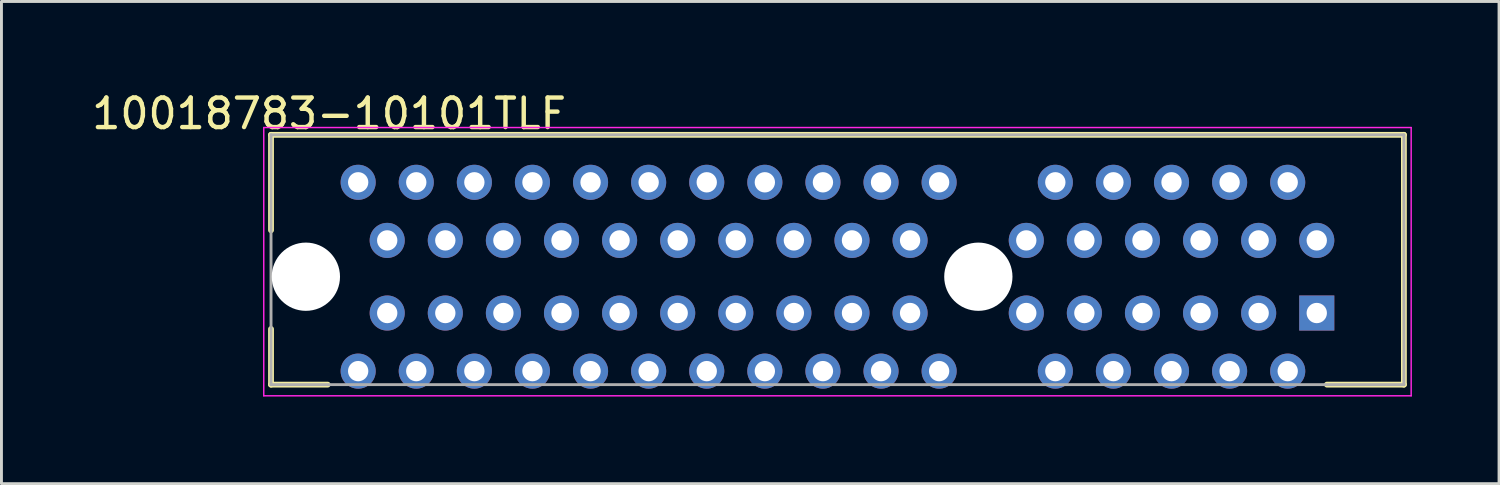
<source format=kicad_pcb>
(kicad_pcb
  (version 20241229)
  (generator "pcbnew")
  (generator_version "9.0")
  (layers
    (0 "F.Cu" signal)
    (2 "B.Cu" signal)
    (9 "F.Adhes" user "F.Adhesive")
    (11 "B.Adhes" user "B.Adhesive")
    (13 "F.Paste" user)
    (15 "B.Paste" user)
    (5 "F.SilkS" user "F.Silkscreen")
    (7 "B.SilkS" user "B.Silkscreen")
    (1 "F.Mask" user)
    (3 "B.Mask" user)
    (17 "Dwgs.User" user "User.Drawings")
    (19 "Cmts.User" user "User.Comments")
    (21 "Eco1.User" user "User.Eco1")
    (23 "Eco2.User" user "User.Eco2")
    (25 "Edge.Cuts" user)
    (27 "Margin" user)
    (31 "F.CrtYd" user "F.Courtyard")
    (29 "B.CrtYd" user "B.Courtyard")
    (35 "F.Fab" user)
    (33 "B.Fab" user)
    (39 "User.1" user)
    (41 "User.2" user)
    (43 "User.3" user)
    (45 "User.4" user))
  (footprint "10018783-10101TLF"
    (layer "F.Cu")
    (at 25.78 5.891)
    (property "Reference" "10018783-10101TLF" (at -17.501 -5.029 0) (layer "F.SilkS") (effects (font (size 1.016 1.016) (thickness 0.152))))
    (attr through_hole)
    (fp_line (start -19.5 -4.3) (end 19.5 -4.3) (stroke (width 0.2) (type solid)) (layer "F.SilkS"))
    (fp_line (start -19.5 -1.015) (end -19.5 -4.3) (stroke (width 0.2) (type solid)) (layer "F.SilkS"))
    (fp_line (start -19.5 4.3) (end -19.5 2.385) (stroke (width 0.2) (type solid)) (layer "F.SilkS"))
    (fp_line (start -17.55 4.3) (end -19.5 4.3) (stroke (width 0.2) (type solid)) (layer "F.SilkS"))
    (fp_line (start 19.5 -4.3) (end 19.5 4.3) (stroke (width 0.2) (type solid)) (layer "F.SilkS"))
    (fp_line (start 19.5 4.3) (end 16.85 4.3) (stroke (width 0.2) (type solid)) (layer "F.SilkS"))
    (fp_line (start -19.75 -4.55) (end 19.75 -4.55) (stroke (width 0.05) (type solid)) (layer "F.CrtYd"))
    (fp_line (start -19.75 4.685) (end -19.75 -4.55) (stroke (width 0.05) (type solid)) (layer "F.CrtYd"))
    (fp_line (start 19.75 -4.55) (end 19.75 4.685) (stroke (width 0.05) (type solid)) (layer "F.CrtYd"))
    (fp_line (start 19.75 4.685) (end -19.75 4.685) (stroke (width 0.05) (type solid)) (layer "F.CrtYd"))
    (fp_line (start -19.5 -4.3) (end 19.5 -4.3) (stroke (width 0.1) (type solid)) (layer "F.Fab"))
    (fp_line (start -19.5 4.3) (end -19.5 -4.3) (stroke (width 0.1) (type solid)) (layer "F.Fab"))
    (fp_line (start 19.5 -4.3) (end 19.5 4.3) (stroke (width 0.1) (type solid)) (layer "F.Fab"))
    (fp_line (start 19.5 4.3) (end -19.5 4.3) (stroke (width 0.1) (type solid)) (layer "F.Fab"))
    (pad "" np_thru_hole circle (at -18.3 0.585) (size 2.35 2.35) (drill 2.35) (layers "*.Cu" "*.Mask"))
    (pad "" np_thru_hole circle (at 4.85 0.585) (size 2.35 2.35) (drill 2.35) (layers "*.Cu" "*.Mask"))
    (pad "A1" thru_hole rect (at 16.5 1.835) (size 1.208 1.208) (drill 0.7) (layers "*.Cu" "*.Mask"))
    (pad "A2" thru_hole circle (at 15.5 3.835) (size 1.208 1.208) (drill 0.7) (layers "*.Cu" "*.Mask"))
    (pad "A3" thru_hole circle (at 14.5 1.835) (size 1.208 1.208) (drill 0.7) (layers "*.Cu" "*.Mask"))
    (pad "A4" thru_hole circle (at 13.5 3.835) (size 1.208 1.208) (drill 0.7) (layers "*.Cu" "*.Mask"))
    (pad "A5" thru_hole circle (at 12.5 1.835) (size 1.208 1.208) (drill 0.7) (layers "*.Cu" "*.Mask"))
    (pad "A6" thru_hole circle (at 11.5 3.835) (size 1.208 1.208) (drill 0.7) (layers "*.Cu" "*.Mask"))
    (pad "A7" thru_hole circle (at 10.5 1.835) (size 1.208 1.208) (drill 0.7) (layers "*.Cu" "*.Mask"))
    (pad "A8" thru_hole circle (at 9.5 3.835) (size 1.208 1.208) (drill 0.7) (layers "*.Cu" "*.Mask"))
    (pad "A9" thru_hole circle (at 8.5 1.835) (size 1.208 1.208) (drill 0.7) (layers "*.Cu" "*.Mask"))
    (pad "A10" thru_hole circle (at 7.5 3.835) (size 1.208 1.208) (drill 0.7) (layers "*.Cu" "*.Mask"))
    (pad "A11" thru_hole circle (at 6.5 1.835) (size 1.208 1.208) (drill 0.7) (layers "*.Cu" "*.Mask"))
    (pad "A12" thru_hole circle (at 3.5 3.835) (size 1.208 1.208) (drill 0.7) (layers "*.Cu" "*.Mask"))
    (pad "A13" thru_hole circle (at 2.5 1.835) (size 1.208 1.208) (drill 0.7) (layers "*.Cu" "*.Mask"))
    (pad "A14" thru_hole circle (at 1.5 3.835) (size 1.208 1.208) (drill 0.7) (layers "*.Cu" "*.Mask"))
    (pad "A15" thru_hole circle (at 0.5 1.835) (size 1.208 1.208) (drill 0.7) (layers "*.Cu" "*.Mask"))
    (pad "A16" thru_hole circle (at -0.5 3.835) (size 1.208 1.208) (drill 0.7) (layers "*.Cu" "*.Mask"))
    (pad "A17" thru_hole circle (at -1.5 1.835) (size 1.208 1.208) (drill 0.7) (layers "*.Cu" "*.Mask"))
    (pad "A18" thru_hole circle (at -2.5 3.835) (size 1.208 1.208) (drill 0.7) (layers "*.Cu" "*.Mask"))
    (pad "A19" thru_hole circle (at -3.5 1.835) (size 1.208 1.208) (drill 0.7) (layers "*.Cu" "*.Mask"))
    (pad "A20" thru_hole circle (at -4.5 3.835) (size 1.208 1.208) (drill 0.7) (layers "*.Cu" "*.Mask"))
    (pad "A21" thru_hole circle (at -5.5 1.835) (size 1.208 1.208) (drill 0.7) (layers "*.Cu" "*.Mask"))
    (pad "A22" thru_hole circle (at -6.5 3.835) (size 1.208 1.208) (drill 0.7) (layers "*.Cu" "*.Mask"))
    (pad "A23" thru_hole circle (at -7.5 1.835) (size 1.208 1.208) (drill 0.7) (layers "*.Cu" "*.Mask"))
    (pad "A24" thru_hole circle (at -8.5 3.835) (size 1.208 1.208) (drill 0.7) (layers "*.Cu" "*.Mask"))
    (pad "A25" thru_hole circle (at -9.5 1.835) (size 1.208 1.208) (drill 0.7) (layers "*.Cu" "*.Mask"))
    (pad "A26" thru_hole circle (at -10.5 3.835) (size 1.208 1.208) (drill 0.7) (layers "*.Cu" "*.Mask"))
    (pad "A27" thru_hole circle (at -11.5 1.835) (size 1.208 1.208) (drill 0.7) (layers "*.Cu" "*.Mask"))
    (pad "A28" thru_hole circle (at -12.5 3.835) (size 1.208 1.208) (drill 0.7) (layers "*.Cu" "*.Mask"))
    (pad "A29" thru_hole circle (at -13.5 1.835) (size 1.208 1.208) (drill 0.7) (layers "*.Cu" "*.Mask"))
    (pad "A30" thru_hole circle (at -14.5 3.835) (size 1.208 1.208) (drill 0.7) (layers "*.Cu" "*.Mask"))
    (pad "A31" thru_hole circle (at -15.5 1.835) (size 1.208 1.208) (drill 0.7) (layers "*.Cu" "*.Mask"))
    (pad "A32" thru_hole circle (at -16.5 3.835) (size 1.208 1.208) (drill 0.7) (layers "*.Cu" "*.Mask"))
    (pad "B1" thru_hole circle (at 16.5 -0.665) (size 1.208 1.208) (drill 0.7) (layers "*.Cu" "*.Mask"))
    (pad "B2" thru_hole circle (at 15.5 -2.665) (size 1.208 1.208) (drill 0.7) (layers "*.Cu" "*.Mask"))
    (pad "B3" thru_hole circle (at 14.5 -0.665) (size 1.208 1.208) (drill 0.7) (layers "*.Cu" "*.Mask"))
    (pad "B4" thru_hole circle (at 13.5 -2.665) (size 1.208 1.208) (drill 0.7) (layers "*.Cu" "*.Mask"))
    (pad "B5" thru_hole circle (at 12.5 -0.665) (size 1.208 1.208) (drill 0.7) (layers "*.Cu" "*.Mask"))
    (pad "B6" thru_hole circle (at 11.5 -2.665) (size 1.208 1.208) (drill 0.7) (layers "*.Cu" "*.Mask"))
    (pad "B7" thru_hole circle (at 10.5 -0.665) (size 1.208 1.208) (drill 0.7) (layers "*.Cu" "*.Mask"))
    (pad "B8" thru_hole circle (at 9.5 -2.665) (size 1.208 1.208) (drill 0.7) (layers "*.Cu" "*.Mask"))
    (pad "B9" thru_hole circle (at 8.5 -0.665) (size 1.208 1.208) (drill 0.7) (layers "*.Cu" "*.Mask"))
    (pad "B10" thru_hole circle (at 7.5 -2.665) (size 1.208 1.208) (drill 0.7) (layers "*.Cu" "*.Mask"))
    (pad "B11" thru_hole circle (at 6.5 -0.665) (size 1.208 1.208) (drill 0.7) (layers "*.Cu" "*.Mask"))
    (pad "B12" thru_hole circle (at 3.5 -2.665) (size 1.208 1.208) (drill 0.7) (layers "*.Cu" "*.Mask"))
    (pad "B13" thru_hole circle (at 2.5 -0.665) (size 1.208 1.208) (drill 0.7) (layers "*.Cu" "*.Mask"))
    (pad "B14" thru_hole circle (at 1.5 -2.665) (size 1.208 1.208) (drill 0.7) (layers "*.Cu" "*.Mask"))
    (pad "B15" thru_hole circle (at 0.5 -0.665) (size 1.208 1.208) (drill 0.7) (layers "*.Cu" "*.Mask"))
    (pad "B16" thru_hole circle (at -0.5 -2.665) (size 1.208 1.208) (drill 0.7) (layers "*.Cu" "*.Mask"))
    (pad "B17" thru_hole circle (at -1.5 -0.665) (size 1.208 1.208) (drill 0.7) (layers "*.Cu" "*.Mask"))
    (pad "B18" thru_hole circle (at -2.5 -2.665) (size 1.208 1.208) (drill 0.7) (layers "*.Cu" "*.Mask"))
    (pad "B19" thru_hole circle (at -3.5 -0.665) (size 1.208 1.208) (drill 0.7) (layers "*.Cu" "*.Mask"))
    (pad "B20" thru_hole circle (at -4.5 -2.665) (size 1.208 1.208) (drill 0.7) (layers "*.Cu" "*.Mask"))
    (pad "B21" thru_hole circle (at -5.5 -0.665) (size 1.208 1.208) (drill 0.7) (layers "*.Cu" "*.Mask"))
    (pad "B22" thru_hole circle (at -6.5 -2.665) (size 1.208 1.208) (drill 0.7) (layers "*.Cu" "*.Mask"))
    (pad "B23" thru_hole circle (at -7.5 -0.665) (size 1.208 1.208) (drill 0.7) (layers "*.Cu" "*.Mask"))
    (pad "B24" thru_hole circle (at -8.5 -2.665) (size 1.208 1.208) (drill 0.7) (layers "*.Cu" "*.Mask"))
    (pad "B25" thru_hole circle (at -9.5 -0.665) (size 1.208 1.208) (drill 0.7) (layers "*.Cu" "*.Mask"))
    (pad "B26" thru_hole circle (at -10.5 -2.665) (size 1.208 1.208) (drill 0.7) (layers "*.Cu" "*.Mask"))
    (pad "B27" thru_hole circle (at -11.5 -0.665) (size 1.208 1.208) (drill 0.7) (layers "*.Cu" "*.Mask"))
    (pad "B28" thru_hole circle (at -12.5 -2.665) (size 1.208 1.208) (drill 0.7) (layers "*.Cu" "*.Mask"))
    (pad "B29" thru_hole circle (at -13.5 -0.665) (size 1.208 1.208) (drill 0.7) (layers "*.Cu" "*.Mask"))
    (pad "B30" thru_hole circle (at -14.5 -2.665) (size 1.208 1.208) (drill 0.7) (layers "*.Cu" "*.Mask"))
    (pad "B31" thru_hole circle (at -15.5 -0.665) (size 1.208 1.208) (drill 0.7) (layers "*.Cu" "*.Mask"))
    (pad "B32" thru_hole circle (at -16.5 -2.665) (size 1.208 1.208) (drill 0.7) (layers "*.Cu" "*.Mask")))
  (gr_rect
    (start -3 -3)
    (end 48.555 13.601)
    (stroke (width 0.1) (type default))
    (fill no)
    (layer "Edge.Cuts")))
</source>
